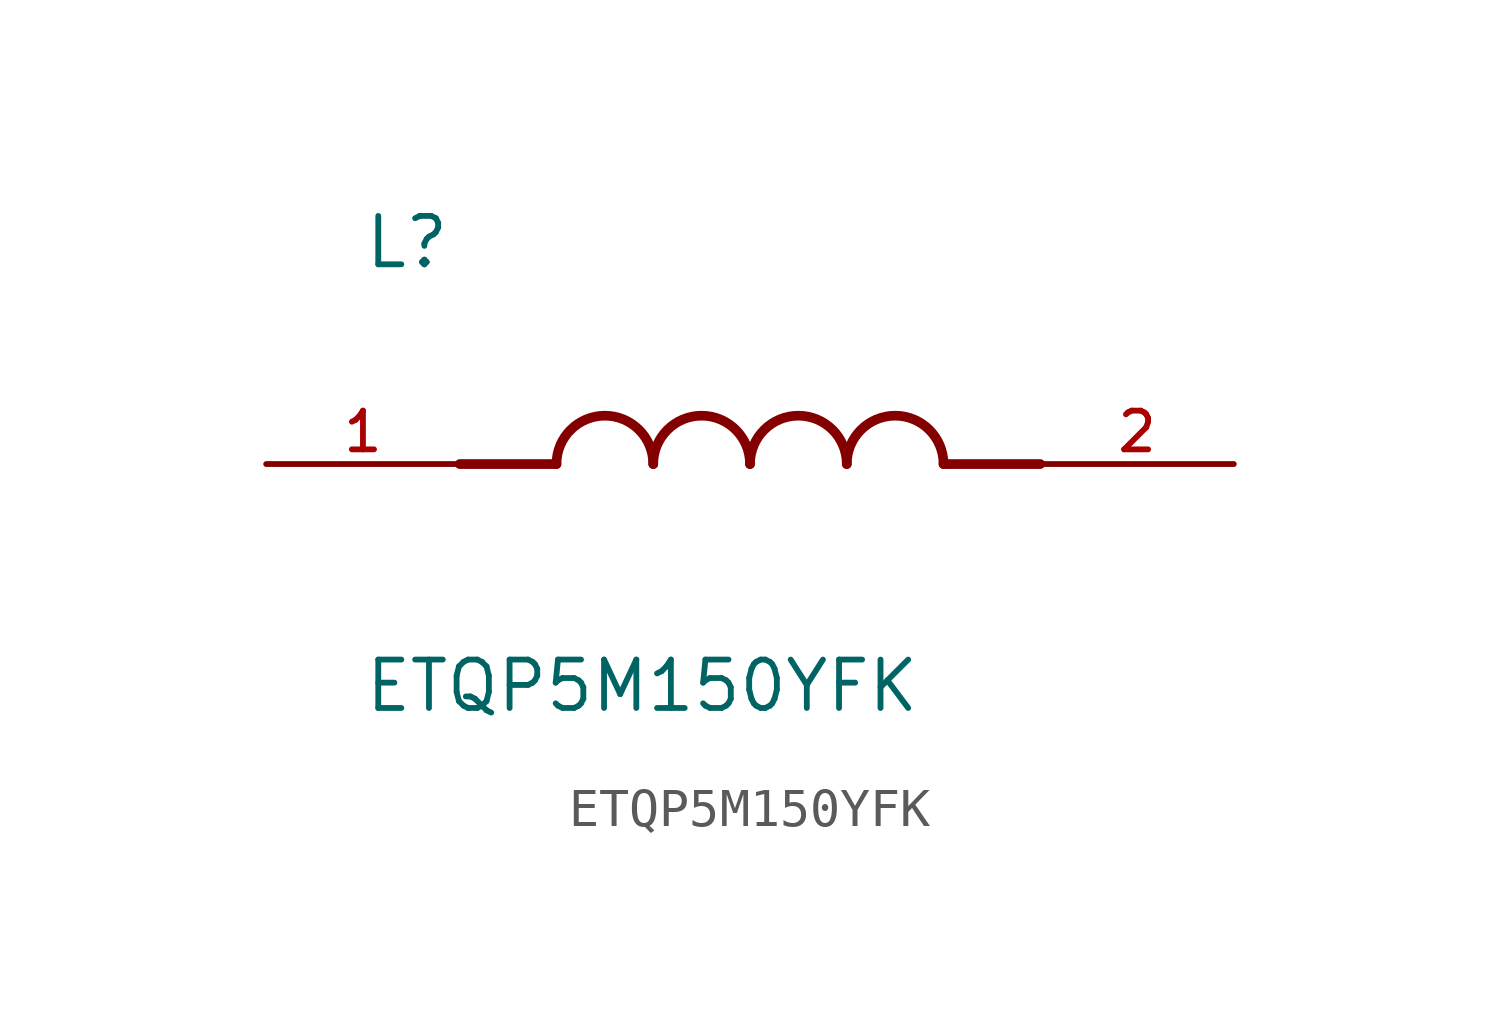
<source format=kicad_sym>
(kicad_symbol_lib
  (version 20211014)
  (generator kicad_symbol_editor)
  (symbol "ETQP5M150YFK"
    (pin_names
      (offset 1.016))
    (property "Reference" "L"
      (at -10.16 5.08 0)
      (effects (font (size 1.27 1.27)) (justify bottom left)))
    (property "Value" "ETQP5M150YFK"
      (at -10.16 -5.08 0)
      (effects (font (size 1.27 1.27)) (justify top left)))
    (symbol "ETQP5M150YFK_0_0"
      (polyline (pts (xy -5.08 0.0) (xy -7.62 0.0)) (stroke (width 0.254)))
      (polyline (pts (xy 5.08 0.0) (xy 7.62 0.0)) (stroke (width 0.254)))
      (arc (start -2.54 0.0) (mid -3.81 1.27) (end -5.08 0.0) (stroke (width 0.254) (type default) (color 0 0 0 0)) (fill (type none)))
      (arc (start 0.0 0.0) (mid -1.27 1.27) (end -2.54 0.0) (stroke (width 0.254) (type default) (color 0 0 0 0)) (fill (type none)))
      (arc (start 2.54 0.0) (mid 1.27 1.27) (end 0.0 0.0) (stroke (width 0.254) (type default) (color 0 0 0 0)) (fill (type none)))
      (arc (start 5.08 0.0) (mid 3.81 1.27) (end 2.54 0.0) (stroke (width 0.254) (type default) (color 0 0 0 0)) (fill (type none)))
      (pin passive line (at -12.7 0.0 0) (length 5.08) (name "~" (effects (font (size 1.016 1.016)))) (number "1" (effects (font (size 1.016 1.016)))))
      (pin passive line (at 12.7 0.0 180.0) (length 5.08) (name "~" (effects (font (size 1.016 1.016)))) (number "2" (effects (font (size 1.016 1.016))))))))
</source>
